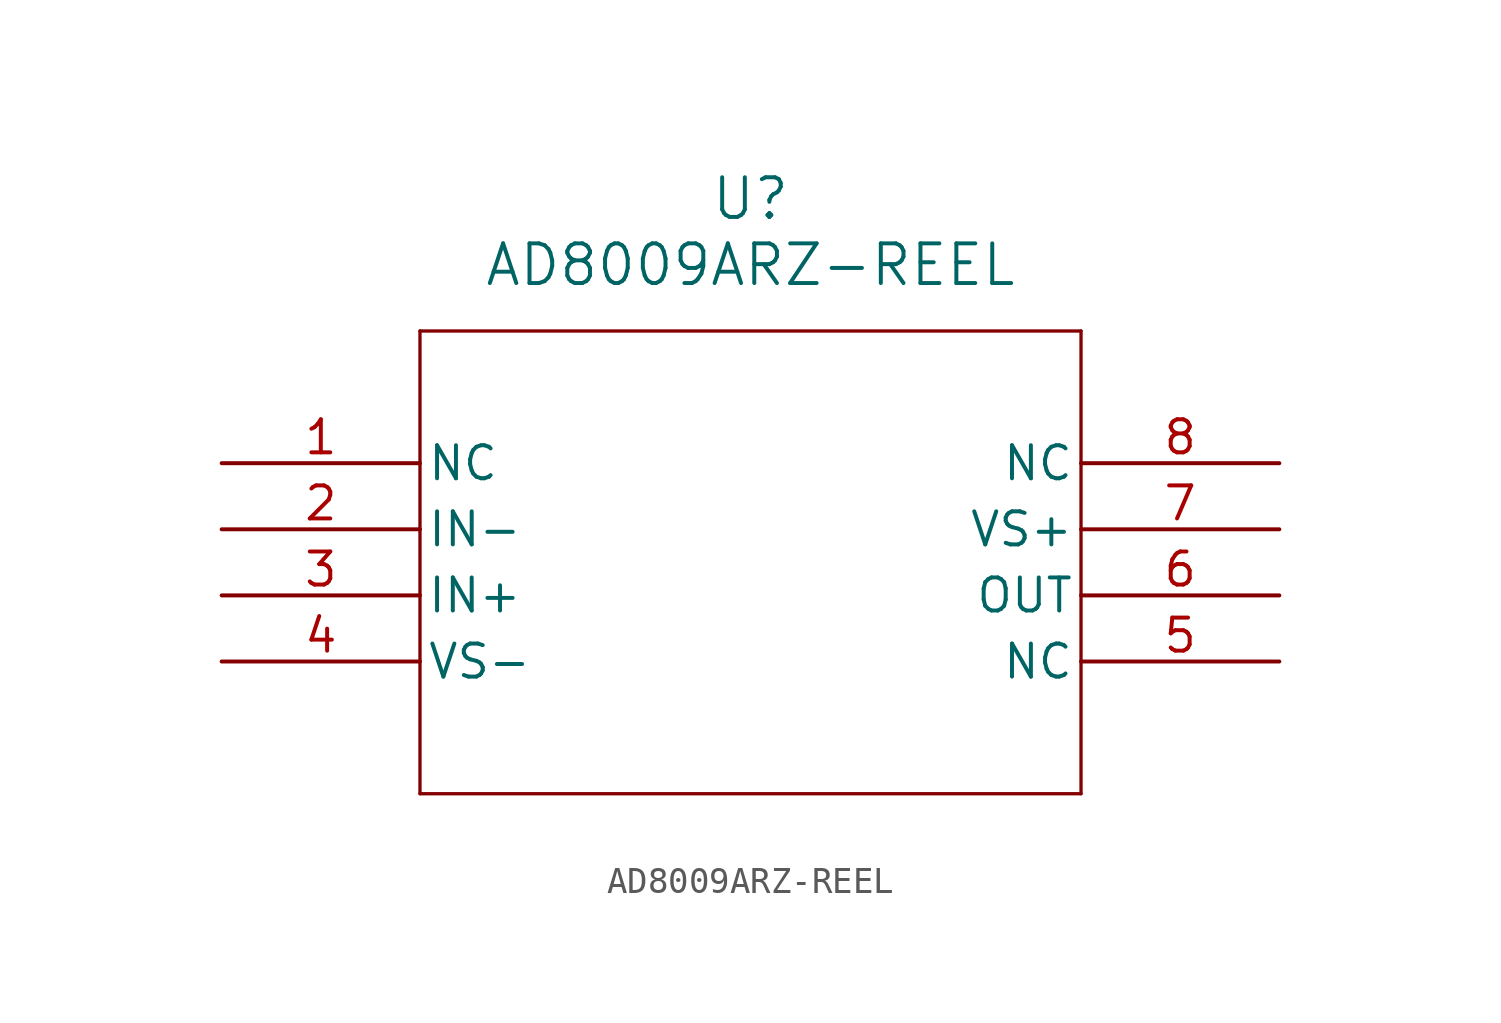
<source format=kicad_sym>
(kicad_symbol_lib
  (version 20211014)
  (generator kicad_symbol_editor)
  (symbol "AD8009ARZ-REEL"
    (pin_names
      (offset 0.254))
    (property "Reference" "U"
      (at 20.32 10.16 0)
      (effects (font (size 1.524 1.524))))
    (property "Value" "AD8009ARZ-REEL"
      (at 20.32 7.62 0)
      (effects (font (size 1.524 1.524))))
    (symbol "AD8009ARZ-REEL_0_1"
      (polyline (pts (xy 7.62 5.08) (xy 7.62 -12.7)) (stroke (width 0.127) (type default) (color 0 0 0 0)) (fill (type none)))
      (polyline (pts (xy 7.62 -12.7) (xy 33.02 -12.7)) (stroke (width 0.127) (type default) (color 0 0 0 0)) (fill (type none)))
      (polyline (pts (xy 33.02 -12.7) (xy 33.02 5.08)) (stroke (width 0.127) (type default) (color 0 0 0 0)) (fill (type none)))
      (polyline (pts (xy 33.02 5.08) (xy 7.62 5.08)) (stroke (width 0.127) (type default) (color 0 0 0 0)) (fill (type none)))
      (pin unspecified line (at 0 0 0) (length 7.62) (name "NC" (effects (font (size 1.27 1.27)))) (number "1" (effects (font (size 1.27 1.27)))))
      (pin unspecified line (at 0 -2.54 0) (length 7.62) (name "IN-" (effects (font (size 1.27 1.27)))) (number "2" (effects (font (size 1.27 1.27)))))
      (pin unspecified line (at 0 -5.08 0) (length 7.62) (name "IN+" (effects (font (size 1.27 1.27)))) (number "3" (effects (font (size 1.27 1.27)))))
      (pin power_in line (at 0 -7.62 0) (length 7.62) (name "VS-" (effects (font (size 1.27 1.27)))) (number "4" (effects (font (size 1.27 1.27)))))
      (pin unspecified line (at 40.64 -7.62 180) (length 7.62) (name "NC" (effects (font (size 1.27 1.27)))) (number "5" (effects (font (size 1.27 1.27)))))
      (pin unspecified line (at 40.64 -5.08 180) (length 7.62) (name "OUT" (effects (font (size 1.27 1.27)))) (number "6" (effects (font (size 1.27 1.27)))))
      (pin power_in line (at 40.64 -2.54 180) (length 7.62) (name "VS+" (effects (font (size 1.27 1.27)))) (number "7" (effects (font (size 1.27 1.27)))))
      (pin unspecified line (at 40.64 0 180) (length 7.62) (name "NC" (effects (font (size 1.27 1.27)))) (number "8" (effects (font (size 1.27 1.27))))))))
</source>
